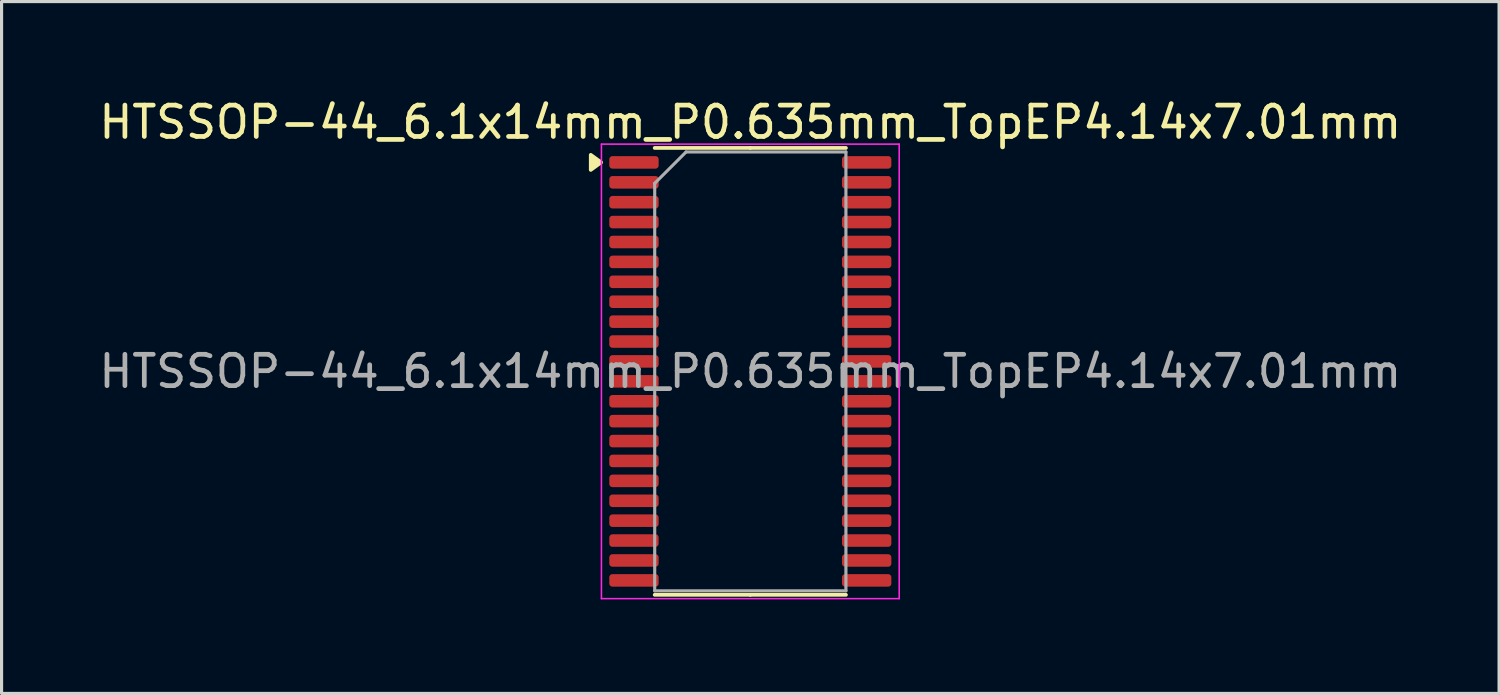
<source format=kicad_pcb>
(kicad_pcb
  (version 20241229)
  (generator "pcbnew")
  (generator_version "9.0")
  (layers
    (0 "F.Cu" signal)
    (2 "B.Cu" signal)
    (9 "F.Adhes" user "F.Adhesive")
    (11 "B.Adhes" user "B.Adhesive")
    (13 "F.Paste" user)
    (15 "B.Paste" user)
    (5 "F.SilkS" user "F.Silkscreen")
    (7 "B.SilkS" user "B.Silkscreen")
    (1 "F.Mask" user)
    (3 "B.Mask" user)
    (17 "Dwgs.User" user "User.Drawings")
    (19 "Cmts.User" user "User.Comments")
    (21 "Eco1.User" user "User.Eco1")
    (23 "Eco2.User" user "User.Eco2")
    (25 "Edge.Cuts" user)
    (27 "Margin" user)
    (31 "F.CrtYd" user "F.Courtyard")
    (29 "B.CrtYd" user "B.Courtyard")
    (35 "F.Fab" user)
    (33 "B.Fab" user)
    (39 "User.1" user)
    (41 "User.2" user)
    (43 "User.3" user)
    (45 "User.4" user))
  (footprint "HTSSOP-44_6.1x14mm_P0.635mm_TopEP4.14x7.01mm"
    (layer "F.Cu")
    (at 20.887 8.798)
    (property "Reference" "HTSSOP-44_6.1x14mm_P0.635mm_TopEP4.14x7.01mm" (at 0 -7.95 0) (layer "F.SilkS") (effects (font (size 1 1) (thickness 0.15))))
    (attr smd)
    (fp_line (start 0 -7.128) (end -3.05 -7.128) (stroke (width 0.12) (type solid)) (layer "F.SilkS"))
    (fp_line (start 0 -7.128) (end 3.05 -7.128) (stroke (width 0.12) (type solid)) (layer "F.SilkS"))
    (fp_line (start 0 7.128) (end -3.05 7.128) (stroke (width 0.12) (type solid)) (layer "F.SilkS"))
    (fp_line (start 0 7.128) (end 3.05 7.128) (stroke (width 0.12) (type solid)) (layer "F.SilkS"))
    (fp_poly (pts (xy -4.76 -6.668) (xy -5.09 -6.907) (xy -5.09 -6.428) (xy -4.76 -6.668)) (stroke (width 0.12) (type solid)) (fill yes) (layer "F.SilkS"))
    (fp_line (start -4.75 -7.25) (end -4.75 7.25) (stroke (width 0.05) (type solid)) (layer "F.CrtYd"))
    (fp_line (start -4.75 7.25) (end 4.75 7.25) (stroke (width 0.05) (type solid)) (layer "F.CrtYd"))
    (fp_line (start 4.75 -7.25) (end -4.75 -7.25) (stroke (width 0.05) (type solid)) (layer "F.CrtYd"))
    (fp_line (start 4.75 7.25) (end 4.75 -7.25) (stroke (width 0.05) (type solid)) (layer "F.CrtYd"))
    (fp_line (start -3.05 -6) (end -2.05 -7) (stroke (width 0.1) (type solid)) (layer "F.Fab"))
    (fp_line (start -3.05 7) (end -3.05 -6) (stroke (width 0.1) (type solid)) (layer "F.Fab"))
    (fp_line (start -2.05 -7) (end 3.05 -7) (stroke (width 0.1) (type solid)) (layer "F.Fab"))
    (fp_line (start 3.05 -7) (end 3.05 7) (stroke (width 0.1) (type solid)) (layer "F.Fab"))
    (fp_line (start 3.05 7) (end -3.05 7) (stroke (width 0.1) (type solid)) (layer "F.Fab"))
    (fp_text user "${REFERENCE}" (at 0 0 0) (layer "F.Fab") (effects (font (size 1 1) (thickness 0.15))))
    (pad "1" smd roundrect (at -3.712 -6.668) (size 1.575 0.4) (layers "F.Cu" "F.Mask" "F.Paste") (roundrect_rratio 0.25))
    (pad "2" smd roundrect (at -3.712 -6.032) (size 1.575 0.4) (layers "F.Cu" "F.Mask" "F.Paste") (roundrect_rratio 0.25))
    (pad "3" smd roundrect (at -3.712 -5.397) (size 1.575 0.4) (layers "F.Cu" "F.Mask" "F.Paste") (roundrect_rratio 0.25))
    (pad "4" smd roundrect (at -3.712 -4.763) (size 1.575 0.4) (layers "F.Cu" "F.Mask" "F.Paste") (roundrect_rratio 0.25))
    (pad "5" smd roundrect (at -3.712 -4.128) (size 1.575 0.4) (layers "F.Cu" "F.Mask" "F.Paste") (roundrect_rratio 0.25))
    (pad "6" smd roundrect (at -3.712 -3.493) (size 1.575 0.4) (layers "F.Cu" "F.Mask" "F.Paste") (roundrect_rratio 0.25))
    (pad "7" smd roundrect (at -3.712 -2.857) (size 1.575 0.4) (layers "F.Cu" "F.Mask" "F.Paste") (roundrect_rratio 0.25))
    (pad "8" smd roundrect (at -3.712 -2.223) (size 1.575 0.4) (layers "F.Cu" "F.Mask" "F.Paste") (roundrect_rratio 0.25))
    (pad "9" smd roundrect (at -3.712 -1.587) (size 1.575 0.4) (layers "F.Cu" "F.Mask" "F.Paste") (roundrect_rratio 0.25))
    (pad "10" smd roundrect (at -3.712 -0.953) (size 1.575 0.4) (layers "F.Cu" "F.Mask" "F.Paste") (roundrect_rratio 0.25))
    (pad "11" smd roundrect (at -3.712 -0.318) (size 1.575 0.4) (layers "F.Cu" "F.Mask" "F.Paste") (roundrect_rratio 0.25))
    (pad "12" smd roundrect (at -3.712 0.318) (size 1.575 0.4) (layers "F.Cu" "F.Mask" "F.Paste") (roundrect_rratio 0.25))
    (pad "13" smd roundrect (at -3.712 0.953) (size 1.575 0.4) (layers "F.Cu" "F.Mask" "F.Paste") (roundrect_rratio 0.25))
    (pad "14" smd roundrect (at -3.712 1.587) (size 1.575 0.4) (layers "F.Cu" "F.Mask" "F.Paste") (roundrect_rratio 0.25))
    (pad "15" smd roundrect (at -3.712 2.223) (size 1.575 0.4) (layers "F.Cu" "F.Mask" "F.Paste") (roundrect_rratio 0.25))
    (pad "16" smd roundrect (at -3.712 2.857) (size 1.575 0.4) (layers "F.Cu" "F.Mask" "F.Paste") (roundrect_rratio 0.25))
    (pad "17" smd roundrect (at -3.712 3.493) (size 1.575 0.4) (layers "F.Cu" "F.Mask" "F.Paste") (roundrect_rratio 0.25))
    (pad "18" smd roundrect (at -3.712 4.128) (size 1.575 0.4) (layers "F.Cu" "F.Mask" "F.Paste") (roundrect_rratio 0.25))
    (pad "19" smd roundrect (at -3.712 4.763) (size 1.575 0.4) (layers "F.Cu" "F.Mask" "F.Paste") (roundrect_rratio 0.25))
    (pad "20" smd roundrect (at -3.712 5.397) (size 1.575 0.4) (layers "F.Cu" "F.Mask" "F.Paste") (roundrect_rratio 0.25))
    (pad "21" smd roundrect (at -3.712 6.032) (size 1.575 0.4) (layers "F.Cu" "F.Mask" "F.Paste") (roundrect_rratio 0.25))
    (pad "22" smd roundrect (at -3.712 6.668) (size 1.575 0.4) (layers "F.Cu" "F.Mask" "F.Paste") (roundrect_rratio 0.25))
    (pad "23" smd roundrect (at 3.712 6.668) (size 1.575 0.4) (layers "F.Cu" "F.Mask" "F.Paste") (roundrect_rratio 0.25))
    (pad "24" smd roundrect (at 3.712 6.032) (size 1.575 0.4) (layers "F.Cu" "F.Mask" "F.Paste") (roundrect_rratio 0.25))
    (pad "25" smd roundrect (at 3.712 5.397) (size 1.575 0.4) (layers "F.Cu" "F.Mask" "F.Paste") (roundrect_rratio 0.25))
    (pad "26" smd roundrect (at 3.712 4.763) (size 1.575 0.4) (layers "F.Cu" "F.Mask" "F.Paste") (roundrect_rratio 0.25))
    (pad "27" smd roundrect (at 3.712 4.128) (size 1.575 0.4) (layers "F.Cu" "F.Mask" "F.Paste") (roundrect_rratio 0.25))
    (pad "28" smd roundrect (at 3.712 3.493) (size 1.575 0.4) (layers "F.Cu" "F.Mask" "F.Paste") (roundrect_rratio 0.25))
    (pad "29" smd roundrect (at 3.712 2.857) (size 1.575 0.4) (layers "F.Cu" "F.Mask" "F.Paste") (roundrect_rratio 0.25))
    (pad "30" smd roundrect (at 3.712 2.223) (size 1.575 0.4) (layers "F.Cu" "F.Mask" "F.Paste") (roundrect_rratio 0.25))
    (pad "31" smd roundrect (at 3.712 1.587) (size 1.575 0.4) (layers "F.Cu" "F.Mask" "F.Paste") (roundrect_rratio 0.25))
    (pad "32" smd roundrect (at 3.712 0.953) (size 1.575 0.4) (layers "F.Cu" "F.Mask" "F.Paste") (roundrect_rratio 0.25))
    (pad "33" smd roundrect (at 3.712 0.318) (size 1.575 0.4) (layers "F.Cu" "F.Mask" "F.Paste") (roundrect_rratio 0.25))
    (pad "34" smd roundrect (at 3.712 -0.318) (size 1.575 0.4) (layers "F.Cu" "F.Mask" "F.Paste") (roundrect_rratio 0.25))
    (pad "35" smd roundrect (at 3.712 -0.953) (size 1.575 0.4) (layers "F.Cu" "F.Mask" "F.Paste") (roundrect_rratio 0.25))
    (pad "36" smd roundrect (at 3.712 -1.587) (size 1.575 0.4) (layers "F.Cu" "F.Mask" "F.Paste") (roundrect_rratio 0.25))
    (pad "37" smd roundrect (at 3.712 -2.223) (size 1.575 0.4) (layers "F.Cu" "F.Mask" "F.Paste") (roundrect_rratio 0.25))
    (pad "38" smd roundrect (at 3.712 -2.857) (size 1.575 0.4) (layers "F.Cu" "F.Mask" "F.Paste") (roundrect_rratio 0.25))
    (pad "39" smd roundrect (at 3.712 -3.493) (size 1.575 0.4) (layers "F.Cu" "F.Mask" "F.Paste") (roundrect_rratio 0.25))
    (pad "40" smd roundrect (at 3.712 -4.128) (size 1.575 0.4) (layers "F.Cu" "F.Mask" "F.Paste") (roundrect_rratio 0.25))
    (pad "41" smd roundrect (at 3.712 -4.763) (size 1.575 0.4) (layers "F.Cu" "F.Mask" "F.Paste") (roundrect_rratio 0.25))
    (pad "42" smd roundrect (at 3.712 -5.397) (size 1.575 0.4) (layers "F.Cu" "F.Mask" "F.Paste") (roundrect_rratio 0.25))
    (pad "43" smd roundrect (at 3.712 -6.032) (size 1.575 0.4) (layers "F.Cu" "F.Mask" "F.Paste") (roundrect_rratio 0.25))
    (pad "44" smd roundrect (at 3.712 -6.668) (size 1.575 0.4) (layers "F.Cu" "F.Mask" "F.Paste") (roundrect_rratio 0.25)))
  (gr_rect
    (start -3 -3)
    (end 44.774 19.073)
    (stroke (width 0.1) (type default))
    (fill no)
    (layer "Edge.Cuts")))
</source>
